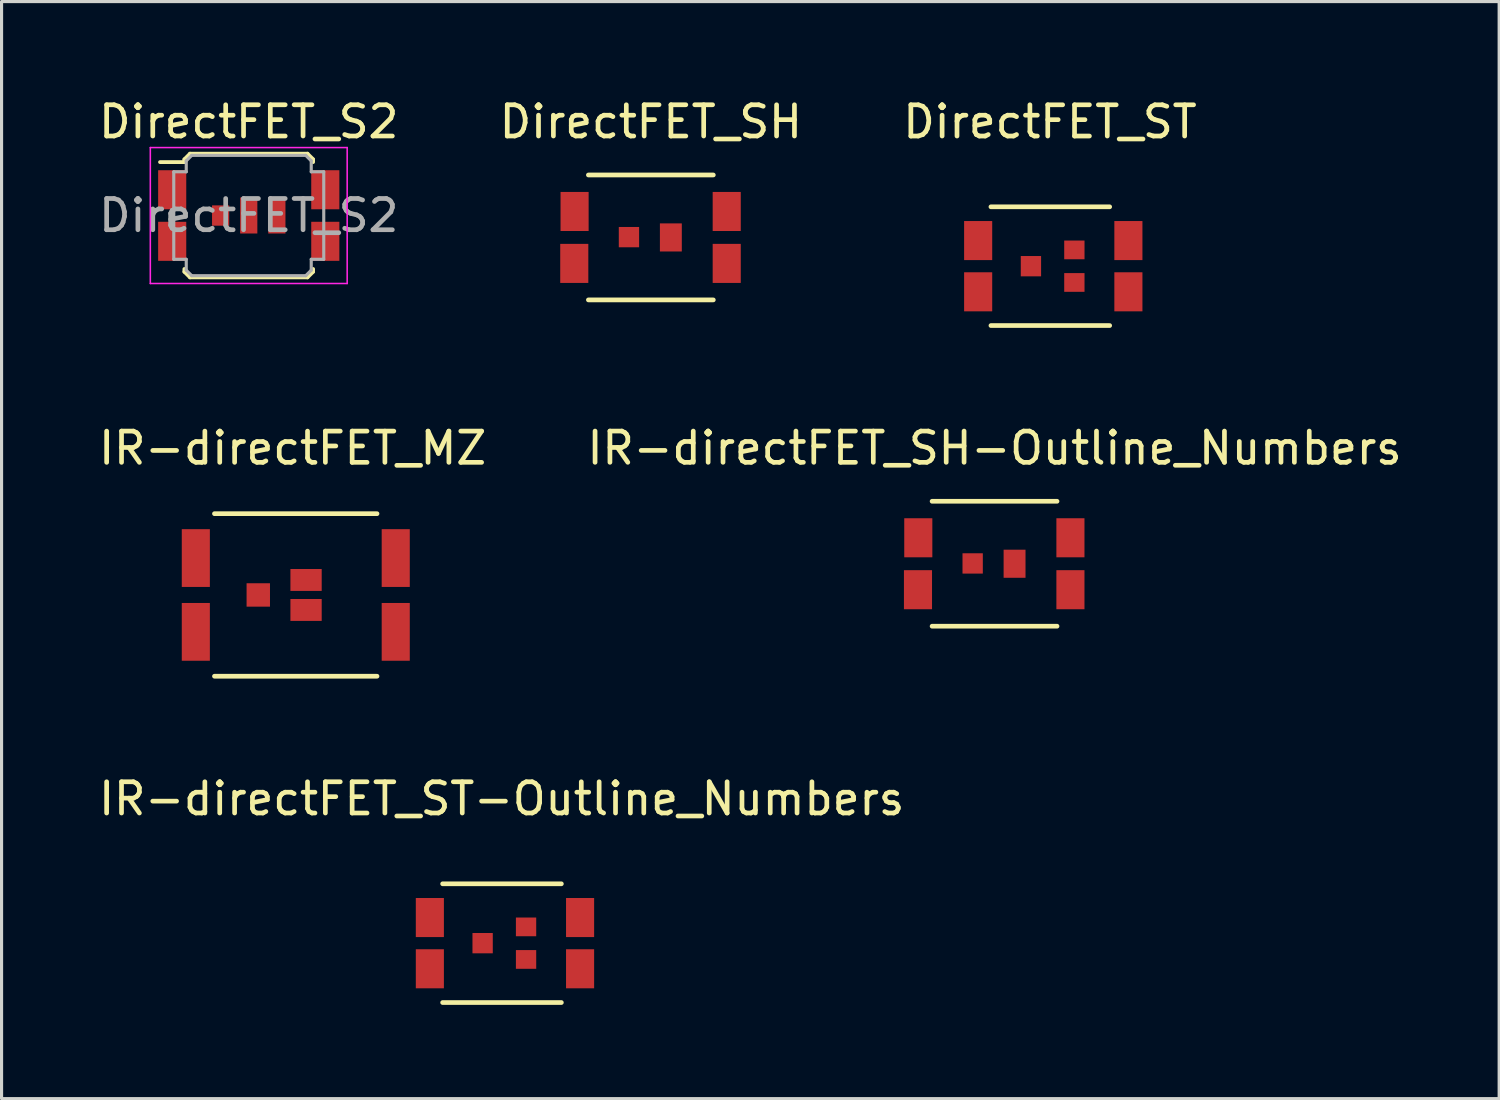
<source format=kicad_pcb>
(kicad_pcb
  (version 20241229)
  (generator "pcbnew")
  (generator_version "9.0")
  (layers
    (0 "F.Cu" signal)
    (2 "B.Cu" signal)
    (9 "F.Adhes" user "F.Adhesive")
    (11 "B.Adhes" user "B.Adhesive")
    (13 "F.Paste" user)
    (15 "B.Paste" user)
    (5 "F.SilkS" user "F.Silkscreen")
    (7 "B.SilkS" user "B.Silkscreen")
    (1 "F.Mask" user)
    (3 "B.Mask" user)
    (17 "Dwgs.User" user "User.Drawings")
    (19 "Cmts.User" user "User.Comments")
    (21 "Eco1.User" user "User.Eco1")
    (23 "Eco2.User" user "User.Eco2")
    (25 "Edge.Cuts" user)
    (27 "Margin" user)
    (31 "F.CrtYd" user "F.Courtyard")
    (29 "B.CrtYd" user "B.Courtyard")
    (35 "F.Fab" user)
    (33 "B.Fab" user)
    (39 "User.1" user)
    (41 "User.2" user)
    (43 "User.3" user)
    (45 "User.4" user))
  (footprint "IR-directFET_SH-Outline_Numbers"
    (layer "F.Cu")
    (at 28.78 14.992)
    (property "Reference" "IR-directFET_SH-Outline_Numbers" (at 0 -3.701 0) (layer "F.SilkS") (effects (font (size 1 1) (thickness 0.15))))
    (attr through_hole)
    (fp_line (start -1.999 -1.999) (end 1.999 -1.999) (stroke (width 0.15) (type solid)) (layer "F.SilkS"))
    (fp_line (start 1.999 1.999) (end -1.999 1.999) (stroke (width 0.15) (type solid)) (layer "F.SilkS"))
    (pad "D" smd rect (at -2.451 0.831) (size 0.899 1.25) (layers "F.Cu" "F.Mask" "F.Paste"))
    (pad "D" smd rect (at -2.441 -0.831) (size 0.899 1.25) (layers "F.Cu" "F.Mask" "F.Paste"))
    (pad "D" smd rect (at 2.428 -0.831) (size 0.899 1.25) (layers "F.Cu" "F.Mask" "F.Paste"))
    (pad "D" smd rect (at 2.428 0.831) (size 0.899 1.25) (layers "F.Cu" "F.Mask" "F.Paste"))
    (pad "G" smd rect (at -0.701 -0.01) (size 0.65 0.65) (layers "F.Cu" "F.Mask" "F.Paste"))
    (pad "S" smd rect (at 0.64 0) (size 0.701 0.899) (layers "F.Cu" "F.Mask" "F.Paste")))
  (footprint "DirectFET_S2"
    (layer "F.Cu")
    (at 4.911 3.848)
    (property "Reference" "DirectFET_S2" (at 0 -3 0) (layer "F.SilkS") (effects (font (size 1 1) (thickness 0.15))))
    (attr smd)
    (fp_line (start -2.84 -1.71) (end -2.06 -1.71) (stroke (width 0.12) (type solid)) (layer "F.SilkS"))
    (fp_line (start -2.06 -1.8) (end -1.88 -1.98) (stroke (width 0.12) (type solid)) (layer "F.SilkS"))
    (fp_line (start -2.06 -1.71) (end -2.06 -1.8) (stroke (width 0.12) (type solid)) (layer "F.SilkS"))
    (fp_line (start -2.06 1.71) (end -2.06 1.8) (stroke (width 0.12) (type solid)) (layer "F.SilkS"))
    (fp_line (start -2.06 1.8) (end -1.88 1.98) (stroke (width 0.12) (type solid)) (layer "F.SilkS"))
    (fp_line (start -1.88 -1.98) (end 1.88 -1.98) (stroke (width 0.12) (type solid)) (layer "F.SilkS"))
    (fp_line (start -1.88 1.98) (end 1.88 1.98) (stroke (width 0.12) (type solid)) (layer "F.SilkS"))
    (fp_line (start 2.06 -1.8) (end 1.88 -1.98) (stroke (width 0.12) (type solid)) (layer "F.SilkS"))
    (fp_line (start 2.06 -1.71) (end 2.06 -1.8) (stroke (width 0.12) (type solid)) (layer "F.SilkS"))
    (fp_line (start 2.06 1.71) (end 2.06 1.8) (stroke (width 0.12) (type solid)) (layer "F.SilkS"))
    (fp_line (start 2.06 1.8) (end 1.88 1.98) (stroke (width 0.12) (type solid)) (layer "F.SilkS"))
    (fp_line (start -3.15 -2.175) (end -3.15 2.175) (stroke (width 0.05) (type solid)) (layer "F.CrtYd"))
    (fp_line (start -3.15 -2.175) (end 3.15 -2.175) (stroke (width 0.05) (type solid)) (layer "F.CrtYd"))
    (fp_line (start -3.15 2.175) (end 3.15 2.175) (stroke (width 0.05) (type solid)) (layer "F.CrtYd"))
    (fp_line (start 3.15 -2.175) (end 3.15 2.175) (stroke (width 0.05) (type solid)) (layer "F.CrtYd"))
    (fp_line (start -2.4 -1.4) (end -2 -1.4) (stroke (width 0.1) (type solid)) (layer "F.Fab"))
    (fp_line (start -2.4 1.4) (end -2.4 -1.4) (stroke (width 0.1) (type solid)) (layer "F.Fab"))
    (fp_line (start -2.4 1.4) (end -2 1.4) (stroke (width 0.1) (type solid)) (layer "F.Fab"))
    (fp_line (start -2 -1.75) (end -1.825 -1.925) (stroke (width 0.1) (type solid)) (layer "F.Fab"))
    (fp_line (start -2 -1.4) (end -2 -1.75) (stroke (width 0.1) (type solid)) (layer "F.Fab"))
    (fp_line (start -2 1.4) (end -2 1.75) (stroke (width 0.1) (type solid)) (layer "F.Fab"))
    (fp_line (start -2 1.75) (end -1.825 1.925) (stroke (width 0.1) (type solid)) (layer "F.Fab"))
    (fp_line (start -1.825 -1.925) (end 1.825 -1.925) (stroke (width 0.1) (type solid)) (layer "F.Fab"))
    (fp_line (start -1.825 1.925) (end 1.825 1.925) (stroke (width 0.1) (type solid)) (layer "F.Fab"))
    (fp_line (start 1.825 -1.925) (end 2 -1.75) (stroke (width 0.1) (type solid)) (layer "F.Fab"))
    (fp_line (start 1.825 1.925) (end 2 1.75) (stroke (width 0.1) (type solid)) (layer "F.Fab"))
    (fp_line (start 2 -1.4) (end 2 -1.75) (stroke (width 0.1) (type solid)) (layer "F.Fab"))
    (fp_line (start 2 1.4) (end 2 1.75) (stroke (width 0.1) (type solid)) (layer "F.Fab"))
    (fp_line (start 2.4 -1.4) (end 2 -1.4) (stroke (width 0.1) (type solid)) (layer "F.Fab"))
    (fp_line (start 2.4 1.4) (end 2 1.4) (stroke (width 0.1) (type solid)) (layer "F.Fab"))
    (fp_line (start 2.4 1.4) (end 2.4 -1.4) (stroke (width 0.1) (type solid)) (layer "F.Fab"))
    (fp_text user "${REFERENCE}" (at 0 0 0) (layer "F.Fab") (effects (font (size 1 1) (thickness 0.15))))
    (pad "1" smd rect (at -2.45 -0.825) (size 0.9 1.25) (layers "F.Cu" "F.Mask" "F.Paste"))
    (pad "1" smd rect (at -2.45 0.825) (size 0.9 1.25) (layers "F.Cu" "F.Mask" "F.Paste"))
    (pad "1" smd rect (at 2.45 -0.825) (size 0.9 1.25) (layers "F.Cu" "F.Mask" "F.Paste"))
    (pad "1" smd rect (at 2.45 0.825) (size 0.9 1.25) (layers "F.Cu" "F.Mask" "F.Paste"))
    (pad "2" smd rect (at -0.9 0) (size 0.55 0.65) (layers "F.Cu" "F.Mask" "F.Paste"))
    (pad "3" smd rect (at 0 0) (size 0.55 1.15) (layers "F.Cu" "F.Mask" "F.Paste"))
    (pad "3" smd rect (at 0.9 0) (size 0.55 1.15) (layers "F.Cu" "F.Mask" "F.Paste")))
  (footprint "IR-directFET_ST-Outline_Numbers"
    (layer "F.Cu")
    (at 13.016 27.135)
    (property "Reference" "IR-directFET_ST-Outline_Numbers" (at -0.01 -4.62 0) (layer "F.SilkS") (effects (font (size 1 1) (thickness 0.15))))
    (attr through_hole)
    (fp_line (start -1.9 -1.9) (end 1.9 -1.9) (stroke (width 0.15) (type solid)) (layer "F.SilkS"))
    (fp_line (start -1.9 1.9) (end 1.9 1.9) (stroke (width 0.15) (type solid)) (layer "F.SilkS"))
    (pad "1" smd rect (at 2.499 -0.82) (size 0.899 1.25) (layers "F.Cu" "F.Mask" "F.Paste"))
    (pad "3" smd rect (at 2.499 0.82) (size 0.899 1.25) (layers "F.Cu" "F.Mask" "F.Paste"))
    (pad "4" smd rect (at 0.77 -0.521) (size 0.65 0.599) (layers "F.Cu" "F.Mask" "F.Paste"))
    (pad "4" smd rect (at 0.77 0.521) (size 0.65 0.599) (layers "F.Cu" "F.Mask" "F.Paste"))
    (pad "5" smd rect (at -0.62 0) (size 0.65 0.65) (layers "F.Cu" "F.Mask" "F.Paste"))
    (pad "6" smd rect (at -2.309 -0.82) (size 0.899 1.25) (layers "F.Cu" "F.Mask" "F.Paste"))
    (pad "7" smd rect (at -2.309 0.82) (size 0.899 1.25) (layers "F.Cu" "F.Mask" "F.Paste")))
  (footprint "DirectFET_SH"
    (layer "F.Cu")
    (at 17.78 4.549)
    (property "Reference" "DirectFET_SH" (at 0 -3.701 0) (layer "F.SilkS") (effects (font (size 1 1) (thickness 0.15))))
    (attr through_hole)
    (fp_line (start -1.999 -1.999) (end 1.999 -1.999) (stroke (width 0.15) (type solid)) (layer "F.SilkS"))
    (fp_line (start 1.999 1.999) (end -1.999 1.999) (stroke (width 0.15) (type solid)) (layer "F.SilkS"))
    (pad "D" smd rect (at -2.451 0.831) (size 0.899 1.25) (layers "F.Cu" "F.Mask" "F.Paste"))
    (pad "D" smd rect (at -2.441 -0.831) (size 0.899 1.25) (layers "F.Cu" "F.Mask" "F.Paste"))
    (pad "D" smd rect (at 2.428 -0.831) (size 0.899 1.25) (layers "F.Cu" "F.Mask" "F.Paste"))
    (pad "D" smd rect (at 2.428 0.831) (size 0.899 1.25) (layers "F.Cu" "F.Mask" "F.Paste"))
    (pad "G" smd rect (at -0.701 -0.01) (size 0.65 0.65) (layers "F.Cu" "F.Mask" "F.Paste"))
    (pad "S" smd rect (at 0.64 0) (size 0.701 0.899) (layers "F.Cu" "F.Mask" "F.Paste")))
  (footprint "IR-directFET_MZ"
    (layer "F.Cu")
    (at 6.415 15.991)
    (property "Reference" "IR-directFET_MZ" (at -0.099 -4.699 0) (layer "F.SilkS") (effects (font (size 1 1) (thickness 0.15))))
    (attr through_hole)
    (fp_line (start -2.601 -2.601) (end 2.601 -2.601) (stroke (width 0.15) (type solid)) (layer "F.SilkS"))
    (fp_line (start 2.601 2.601) (end -2.601 2.601) (stroke (width 0.15) (type solid)) (layer "F.SilkS"))
    (pad "1" smd rect (at 3.2 -1.181) (size 0.899 1.849) (layers "F.Cu" "F.Mask" "F.Paste"))
    (pad "2" smd rect (at 3.2 1.181) (size 0.899 1.849) (layers "F.Cu" "F.Mask" "F.Paste"))
    (pad "4" smd rect (at 0.33 -0.48) (size 1.001 0.701) (layers "F.Cu" "F.Mask" "F.Paste"))
    (pad "4" smd rect (at 0.33 0.48) (size 1.001 0.701) (layers "F.Cu" "F.Mask" "F.Paste"))
    (pad "5" smd rect (at -1.199 0) (size 0.749 0.749) (layers "F.Cu" "F.Mask" "F.Paste"))
    (pad "6" smd rect (at -3.198 -1.181) (size 0.899 1.849) (layers "F.Cu" "F.Mask" "F.Paste"))
    (pad "7" smd rect (at -3.198 1.181) (size 0.899 1.849) (layers "F.Cu" "F.Mask" "F.Paste")))
  (footprint "DirectFET_ST"
    (layer "F.Cu")
    (at 30.564 5.469)
    (property "Reference" "DirectFET_ST" (at -0.01 -4.62 0) (layer "F.SilkS") (effects (font (size 1 1) (thickness 0.15))))
    (attr through_hole)
    (fp_line (start -1.9 -1.9) (end 1.9 -1.9) (stroke (width 0.15) (type solid)) (layer "F.SilkS"))
    (fp_line (start -1.9 1.9) (end 1.9 1.9) (stroke (width 0.15) (type solid)) (layer "F.SilkS"))
    (pad "1" smd rect (at 2.499 -0.82) (size 0.899 1.25) (layers "F.Cu" "F.Mask" "F.Paste"))
    (pad "3" smd rect (at 2.499 0.82) (size 0.899 1.25) (layers "F.Cu" "F.Mask" "F.Paste"))
    (pad "4" smd rect (at 0.77 -0.521) (size 0.65 0.599) (layers "F.Cu" "F.Mask" "F.Paste"))
    (pad "4" smd rect (at 0.77 0.521) (size 0.65 0.599) (layers "F.Cu" "F.Mask" "F.Paste"))
    (pad "5" smd rect (at -0.62 0) (size 0.65 0.65) (layers "F.Cu" "F.Mask" "F.Paste"))
    (pad "6" smd rect (at -2.309 -0.82) (size 0.899 1.25) (layers "F.Cu" "F.Mask" "F.Paste"))
    (pad "7" smd rect (at -2.309 0.82) (size 0.899 1.25) (layers "F.Cu" "F.Mask" "F.Paste")))
  (gr_rect
    (start -3 -3)
    (end 44.929 32.11)
    (stroke (width 0.1) (type default))
    (fill no)
    (layer "Edge.Cuts")))
</source>
